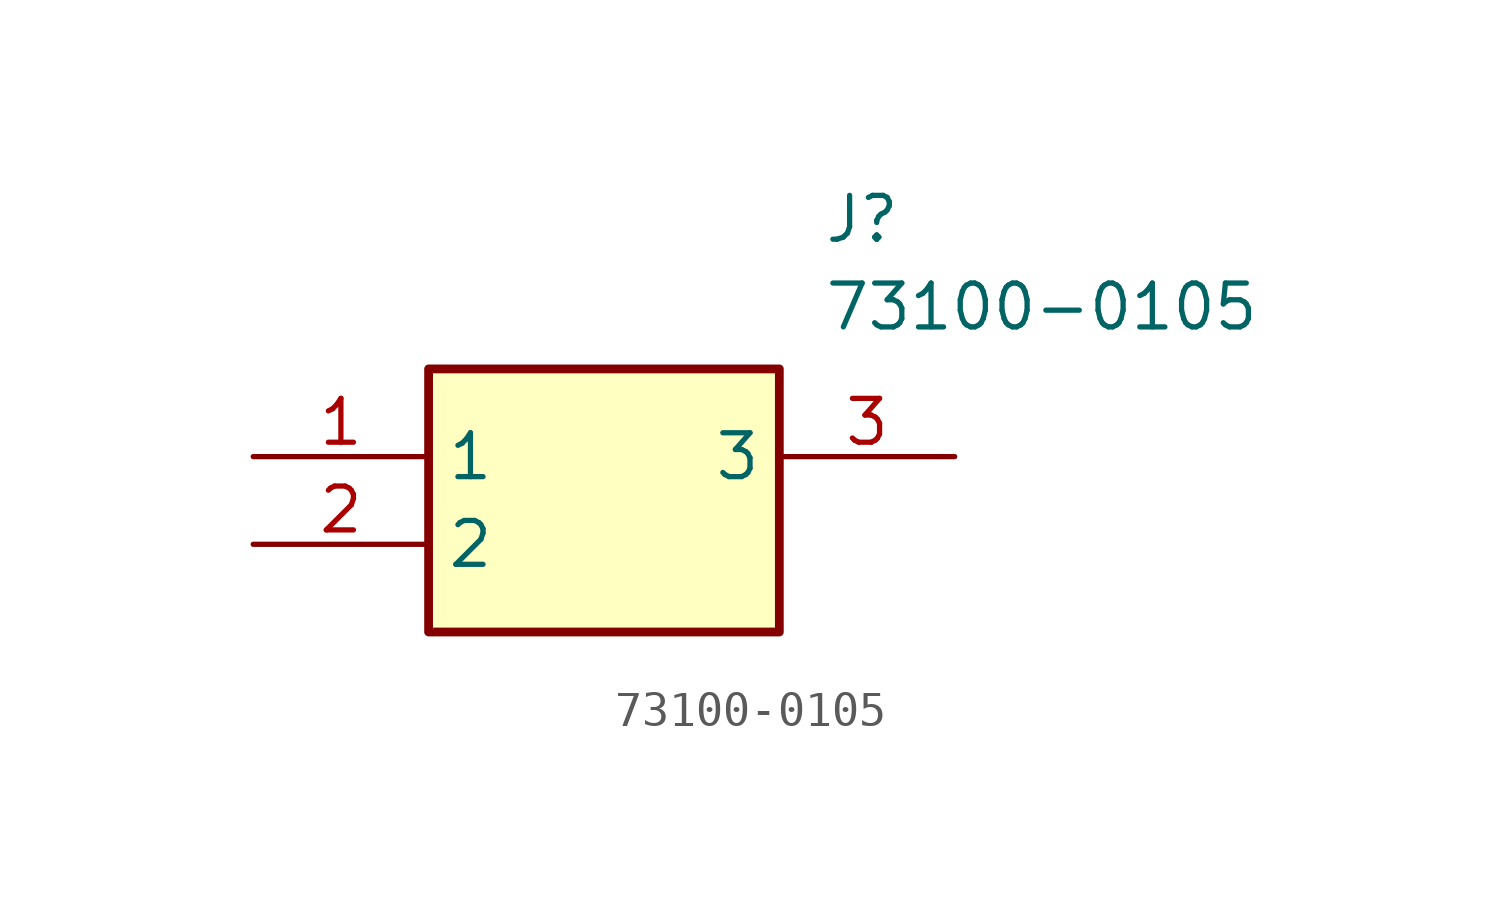
<source format=kicad_sym>
(kicad_symbol_lib
  (version 20211014)
  (generator SamacSys_ECAD_Model)
  (symbol "73100-0105"
    (property "Reference" "J"
      (at 16.51 7.62 0)
      (effects (font (size 1.27 1.27)) (justify left top)))
    (property "Value" "73100-0105"
      (at 16.51 5.08 0)
      (effects (font (size 1.27 1.27)) (justify left top)))
    (rectangle
      (start 5.08 2.54)
      (end 15.24 -5.08)
      (stroke (width 0.254) (type default))
      (fill (type background)))
    (pin passive line
      (at 0 0 0)
      (length 5.08)
      (name "1" (effects (font (size 1.27 1.27))))
      (number "1" (effects (font (size 1.27 1.27)))))
    (pin passive line
      (at 0 -2.54 0)
      (length 5.08)
      (name "2" (effects (font (size 1.27 1.27))))
      (number "2" (effects (font (size 1.27 1.27)))))
    (pin passive line
      (at 20.32 0 180)
      (length 5.08)
      (name "3" (effects (font (size 1.27 1.27))))
      (number "3" (effects (font (size 1.27 1.27)))))))
</source>
